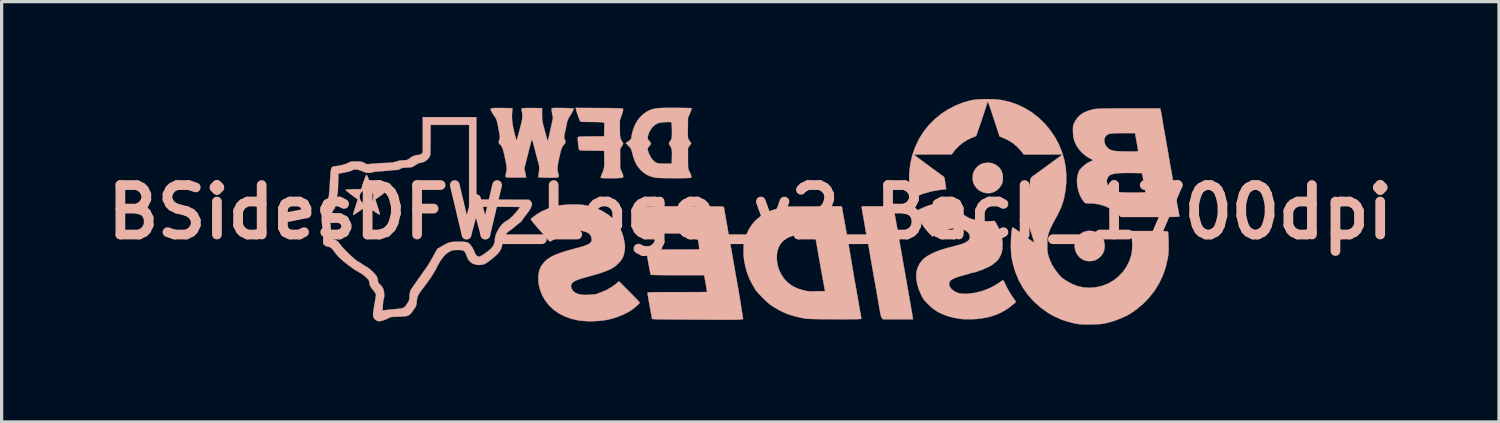
<source format=kicad_pcb>
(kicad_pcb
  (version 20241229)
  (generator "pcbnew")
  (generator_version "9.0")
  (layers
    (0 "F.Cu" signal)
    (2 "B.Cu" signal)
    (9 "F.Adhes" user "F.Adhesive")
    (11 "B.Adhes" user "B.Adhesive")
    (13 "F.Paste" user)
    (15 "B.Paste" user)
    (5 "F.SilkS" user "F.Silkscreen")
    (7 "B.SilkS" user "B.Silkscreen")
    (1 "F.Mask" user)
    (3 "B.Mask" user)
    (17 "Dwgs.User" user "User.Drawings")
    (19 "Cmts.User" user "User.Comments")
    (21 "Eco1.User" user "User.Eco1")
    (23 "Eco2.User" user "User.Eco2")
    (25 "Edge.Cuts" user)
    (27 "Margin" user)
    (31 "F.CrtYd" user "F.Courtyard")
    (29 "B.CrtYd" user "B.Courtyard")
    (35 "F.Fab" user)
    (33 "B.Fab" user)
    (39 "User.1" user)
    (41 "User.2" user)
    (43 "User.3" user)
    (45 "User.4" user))
  (footprint "BSidesDFW_Logo_v2_Back_1700dpi"
    (layer "F.Cu")
    (at 20.073 3.488)
    (property "Reference" "BSidesDFW_Logo_v2_Back_1700dpi" (at 0 0 0) (layer "B.SilkS") (effects (font (size 1.524 1.524) (thickness 0.3))))
    (attr through_hole)
    (fp_poly (pts (xy 10.57 0.586) (xy 10.664 0.618) (xy 10.748 0.674) (xy 10.801 0.726) (xy 10.863 0.806) (xy 10.901 0.891) (xy 10.919 0.988) (xy 10.922 1.054) (xy 10.908 1.17) (xy 10.867 1.274) (xy 10.801 1.364) (xy 10.711 1.438) (xy 10.647 1.474) (xy 10.554 1.502) (xy 10.451 1.511) (xy 10.348 1.499) (xy 10.269 1.472) (xy 10.17 1.411) (xy 10.09 1.328) (xy 10.034 1.23) (xy 10.002 1.119) (xy 9.996 1.041) (xy 10.007 0.928) (xy 10.041 0.831) (xy 10.101 0.743) (xy 10.11 0.733) (xy 10.197 0.654) (xy 10.294 0.603) (xy 10.402 0.578) (xy 10.459 0.576) (xy 10.57 0.586)) (stroke (width 0.01) (type solid)) (fill yes) (layer "B.SilkS"))
    (fp_poly (pts (xy 7.444 -1.51) (xy 7.551 -1.469) (xy 7.644 -1.401) (xy 7.676 -1.368) (xy 7.731 -1.292) (xy 7.765 -1.208) (xy 7.782 -1.11) (xy 7.784 -1.046) (xy 7.782 -0.979) (xy 7.775 -0.928) (xy 7.758 -0.88) (xy 7.738 -0.838) (xy 7.675 -0.744) (xy 7.594 -0.67) (xy 7.499 -0.617) (xy 7.394 -0.588) (xy 7.285 -0.585) (xy 7.194 -0.604) (xy 7.082 -0.652) (xy 6.991 -0.721) (xy 6.919 -0.812) (xy 6.891 -0.866) (xy 6.869 -0.921) (xy 6.857 -0.974) (xy 6.854 -1.039) (xy 6.854 -1.061) (xy 6.858 -1.141) (xy 6.87 -1.205) (xy 6.894 -1.263) (xy 6.934 -1.328) (xy 6.937 -1.331) (xy 7.011 -1.417) (xy 7.1 -1.477) (xy 7.205 -1.512) (xy 7.327 -1.524) (xy 7.444 -1.51)) (stroke (width 0.01) (type solid)) (fill yes) (layer "B.SilkS"))
    (fp_poly (pts (xy 4.421 -0.101) (xy 4.427 -0.07) (xy 4.437 -0.012) (xy 4.451 0.067) (xy 4.469 0.166) (xy 4.489 0.28) (xy 4.511 0.406) (xy 4.535 0.541) (xy 4.549 0.62) (xy 4.575 0.773) (xy 4.606 0.949) (xy 4.64 1.141) (xy 4.675 1.342) (xy 4.71 1.545) (xy 4.745 1.744) (xy 4.778 1.931) (xy 4.795 2.032) (xy 4.828 2.218) (xy 4.856 2.378) (xy 4.88 2.513) (xy 4.9 2.627) (xy 4.916 2.722) (xy 4.93 2.8) (xy 4.941 2.864) (xy 4.95 2.917) (xy 4.958 2.961) (xy 4.965 2.999) (xy 4.97 3.033) (xy 4.976 3.066) (xy 4.982 3.101) (xy 4.989 3.14) (xy 4.989 3.141) (xy 5.016 3.302) (xy 4.092 3.302) (xy 4.059 3.266) (xy 4.046 3.248) (xy 4.034 3.22) (xy 4.022 3.18) (xy 4.009 3.122) (xy 3.994 3.043) (xy 3.977 2.948) (xy 3.958 2.836) (xy 3.937 2.712) (xy 3.915 2.588) (xy 3.895 2.474) (xy 3.886 2.42) (xy 3.849 2.214) (xy 3.811 1.999) (xy 3.773 1.781) (xy 3.736 1.569) (xy 3.701 1.367) (xy 3.669 1.182) (xy 3.644 1.038) (xy 3.626 0.937) (xy 3.609 0.843) (xy 3.594 0.76) (xy 3.582 0.695) (xy 3.573 0.651) (xy 3.57 0.639) (xy 3.559 0.592) (xy 3.548 0.532) (xy 3.542 0.489) (xy 3.534 0.442) (xy 3.523 0.373) (xy 3.508 0.29) (xy 3.492 0.2) (xy 3.483 0.149) (xy 3.467 0.064) (xy 3.454 -0.013) (xy 3.444 -0.077) (xy 3.438 -0.122) (xy 3.437 -0.138) (xy 3.436 -0.179) (xy 3.921 -0.179) (xy 4.406 -0.179) (xy 4.421 -0.101)) (stroke (width 0.01) (type solid)) (fill yes) (layer "B.SilkS"))
    (fp_poly (pts (xy -11.813 -1.136) (xy -11.793 -1.094) (xy -11.766 -1.026) (xy -11.734 -0.932) (xy -11.734 -0.93) (xy -11.662 -0.71) (xy -11.426 -0.706) (xy -11.336 -0.704) (xy -11.271 -0.701) (xy -11.229 -0.697) (xy -11.204 -0.692) (xy -11.193 -0.685) (xy -11.191 -0.679) (xy -11.202 -0.663) (xy -11.234 -0.633) (xy -11.281 -0.594) (xy -11.339 -0.548) (xy -11.403 -0.499) (xy -11.47 -0.451) (xy -11.522 -0.416) (xy -11.557 -0.392) (xy -11.486 -0.177) (xy -11.461 -0.101) (xy -11.44 -0.034) (xy -11.425 0.018) (xy -11.416 0.05) (xy -11.415 0.057) (xy -11.42 0.07) (xy -11.435 0.072) (xy -11.464 0.06) (xy -11.509 0.033) (xy -11.573 -0.011) (xy -11.64 -0.059) (xy -11.823 -0.193) (xy -11.914 -0.126) (xy -11.991 -0.071) (xy -12.064 -0.02) (xy -12.13 0.024) (xy -12.183 0.059) (xy -12.221 0.082) (xy -12.238 0.09) (xy -12.241 0.077) (xy -12.236 0.045) (xy -12.231 0.026) (xy -12.218 -0.013) (xy -12.2 -0.073) (xy -12.177 -0.144) (xy -12.154 -0.216) (xy -12.098 -0.394) (xy -12.13 -0.415) (xy -12.176 -0.447) (xy -12.231 -0.487) (xy -12.253 -0.504) (xy -12.039 -0.504) (xy -12.037 -0.436) (xy -12.018 -0.371) (xy -11.984 -0.321) (xy -11.978 -0.316) (xy -11.91 -0.278) (xy -11.832 -0.264) (xy -11.751 -0.275) (xy -11.715 -0.289) (xy -11.661 -0.33) (xy -11.629 -0.39) (xy -11.617 -0.471) (xy -11.617 -0.478) (xy -11.619 -0.531) (xy -11.627 -0.566) (xy -11.647 -0.596) (xy -11.668 -0.619) (xy -11.734 -0.669) (xy -11.805 -0.691) (xy -11.876 -0.687) (xy -11.942 -0.657) (xy -11.999 -0.602) (xy -12.022 -0.565) (xy -12.039 -0.504) (xy -12.253 -0.504) (xy -12.29 -0.532) (xy -12.348 -0.577) (xy -12.4 -0.619) (xy -12.442 -0.653) (xy -12.467 -0.676) (xy -12.472 -0.683) (xy -12.467 -0.69) (xy -12.444 -0.696) (xy -12.4 -0.7) (xy -12.332 -0.703) (xy -12.237 -0.706) (xy -12.234 -0.706) (xy -11.99 -0.71) (xy -11.919 -0.93) (xy -11.887 -1.024) (xy -11.86 -1.093) (xy -11.84 -1.136) (xy -11.826 -1.15) (xy -11.826 -1.15) (xy -11.813 -1.136)) (stroke (width 0.01) (type solid)) (fill yes) (layer "B.SilkS"))
    (fp_poly (pts (xy -4.661 -3.209) (xy -4.495 -3.208) (xy -4.356 -3.207) (xy -4.242 -3.206) (xy -4.151 -3.204) (xy -4.079 -3.203) (xy -4.024 -3.2) (xy -3.985 -3.198) (xy -3.958 -3.194) (xy -3.94 -3.19) (xy -3.93 -3.185) (xy -3.924 -3.179) (xy -3.924 -3.179) (xy -3.919 -3.161) (xy -3.922 -3.13) (xy -3.934 -3.082) (xy -3.956 -3.013) (xy -3.964 -2.99) (xy -4.019 -2.827) (xy -4.019 -2.568) (xy -4.018 -2.467) (xy -4.016 -2.391) (xy -4.011 -2.332) (xy -4.002 -2.286) (xy -3.988 -2.245) (xy -3.968 -2.205) (xy -3.939 -2.158) (xy -3.934 -2.15) (xy -3.921 -2.127) (xy -3.919 -2.107) (xy -3.929 -2.082) (xy -3.953 -2.042) (xy -3.96 -2.03) (xy -4.012 -1.95) (xy -4.011 -1.352) (xy -3.963 -1.245) (xy -3.934 -1.176) (xy -3.919 -1.127) (xy -3.917 -1.093) (xy -3.927 -1.07) (xy -3.933 -1.064) (xy -3.952 -1.058) (xy -3.996 -1.054) (xy -4.059 -1.05) (xy -4.136 -1.047) (xy -4.221 -1.046) (xy -4.308 -1.045) (xy -4.394 -1.046) (xy -4.472 -1.047) (xy -4.537 -1.05) (xy -4.584 -1.054) (xy -4.608 -1.059) (xy -4.609 -1.061) (xy -4.608 -1.08) (xy -4.596 -1.119) (xy -4.577 -1.17) (xy -4.574 -1.176) (xy -4.546 -1.243) (xy -4.526 -1.299) (xy -4.512 -1.352) (xy -4.503 -1.409) (xy -4.5 -1.476) (xy -4.499 -1.56) (xy -4.5 -1.644) (xy -4.505 -1.89) (xy -4.88 -1.894) (xy -5.004 -1.896) (xy -5.101 -1.898) (xy -5.173 -1.901) (xy -5.224 -1.905) (xy -5.256 -1.91) (xy -5.271 -1.916) (xy -5.272 -1.917) (xy -5.28 -1.94) (xy -5.289 -1.984) (xy -5.297 -2.044) (xy -5.305 -2.112) (xy -5.312 -2.179) (xy -5.316 -2.239) (xy -5.317 -2.285) (xy -5.314 -2.307) (xy -5.308 -2.314) (xy -5.294 -2.32) (xy -5.269 -2.324) (xy -5.229 -2.327) (xy -5.171 -2.33) (xy -5.092 -2.332) (xy -4.989 -2.333) (xy -4.905 -2.334) (xy -4.505 -2.338) (xy -4.501 -2.544) (xy -4.496 -2.75) (xy -4.535 -2.764) (xy -4.561 -2.769) (xy -4.612 -2.773) (xy -4.683 -2.776) (xy -4.769 -2.778) (xy -4.864 -2.779) (xy -4.9 -2.779) (xy -5.015 -2.78) (xy -5.104 -2.781) (xy -5.168 -2.784) (xy -5.21 -2.788) (xy -5.234 -2.794) (xy -5.24 -2.798) (xy -5.252 -2.821) (xy -5.27 -2.865) (xy -5.292 -2.923) (xy -5.316 -2.988) (xy -5.338 -3.053) (xy -5.357 -3.111) (xy -5.369 -3.154) (xy -5.371 -3.164) (xy -5.381 -3.213) (xy -4.661 -3.209)) (stroke (width 0.01) (type solid)) (fill yes) (layer "B.SilkS"))
    (fp_poly (pts (xy -2.317 -3.214) (xy -2.198 -3.213) (xy -2.088 -3.212) (xy -1.991 -3.21) (xy -1.911 -3.209) (xy -1.851 -3.207) (xy -1.815 -3.205) (xy -1.806 -3.204) (xy -1.807 -3.188) (xy -1.818 -3.151) (xy -1.838 -3.099) (xy -1.857 -3.051) (xy -1.92 -2.906) (xy -1.924 -2.592) (xy -1.926 -2.488) (xy -1.926 -2.409) (xy -1.925 -2.35) (xy -1.922 -2.306) (xy -1.914 -2.273) (xy -1.903 -2.244) (xy -1.886 -2.216) (xy -1.863 -2.184) (xy -1.847 -2.16) (xy -1.819 -2.12) (xy -1.869 -2.05) (xy -1.92 -1.98) (xy -1.92 -1.658) (xy -1.92 -1.552) (xy -1.919 -1.472) (xy -1.918 -1.412) (xy -1.915 -1.367) (xy -1.91 -1.335) (xy -1.903 -1.309) (xy -1.893 -1.285) (xy -1.881 -1.262) (xy -1.84 -1.177) (xy -1.819 -1.114) (xy -1.815 -1.074) (xy -1.825 -1.059) (xy -1.844 -1.056) (xy -1.89 -1.054) (xy -1.958 -1.051) (xy -2.045 -1.049) (xy -2.148 -1.048) (xy -2.262 -1.047) (xy -2.353 -1.047) (xy -2.504 -1.048) (xy -2.629 -1.049) (xy -2.73 -1.051) (xy -2.811 -1.054) (xy -2.874 -1.058) (xy -2.924 -1.064) (xy -2.963 -1.07) (xy -2.966 -1.071) (xy -3.101 -1.11) (xy -3.218 -1.168) (xy -3.326 -1.249) (xy -3.371 -1.292) (xy -3.447 -1.379) (xy -3.509 -1.471) (xy -3.56 -1.575) (xy -3.604 -1.699) (xy -3.629 -1.791) (xy -3.648 -1.864) (xy -3.664 -1.916) (xy -3.68 -1.954) (xy -3.7 -1.985) (xy -3.729 -2.017) (xy -3.756 -2.045) (xy -3.839 -2.129) (xy -3.772 -2.172) (xy -3.71 -2.218) (xy -3.674 -2.263) (xy -3.668 -2.283) (xy -3.165 -2.283) (xy -3.158 -2.253) (xy -3.136 -2.222) (xy -3.117 -2.2) (xy -3.086 -2.162) (xy -3.067 -2.128) (xy -3.063 -2.114) (xy -3.072 -2.089) (xy -3.097 -2.052) (xy -3.117 -2.029) (xy -3.148 -1.991) (xy -3.162 -1.962) (xy -3.163 -1.931) (xy -3.16 -1.915) (xy -3.139 -1.842) (xy -3.102 -1.759) (xy -3.058 -1.68) (xy -3.011 -1.616) (xy -3.01 -1.615) (xy -2.968 -1.571) (xy -2.929 -1.54) (xy -2.887 -1.518) (xy -2.836 -1.505) (xy -2.77 -1.498) (xy -2.682 -1.495) (xy -2.633 -1.495) (xy -2.42 -1.494) (xy -2.418 -1.61) (xy -2.416 -1.68) (xy -2.415 -1.752) (xy -2.413 -1.808) (xy -2.417 -1.903) (xy -2.435 -1.978) (xy -2.469 -2.041) (xy -2.472 -2.047) (xy -2.501 -2.091) (xy -2.507 -2.125) (xy -2.493 -2.158) (xy -2.473 -2.183) (xy -2.444 -2.227) (xy -2.424 -2.273) (xy -2.424 -2.275) (xy -2.419 -2.309) (xy -2.416 -2.363) (xy -2.414 -2.431) (xy -2.415 -2.506) (xy -2.416 -2.582) (xy -2.419 -2.652) (xy -2.423 -2.711) (xy -2.428 -2.752) (xy -2.434 -2.768) (xy -2.456 -2.775) (xy -2.501 -2.778) (xy -2.562 -2.777) (xy -2.631 -2.774) (xy -2.702 -2.767) (xy -2.768 -2.759) (xy -2.82 -2.748) (xy -2.842 -2.742) (xy -2.934 -2.693) (xy -3.016 -2.619) (xy -3.084 -2.521) (xy -3.1 -2.49) (xy -3.127 -2.43) (xy -3.148 -2.371) (xy -3.161 -2.325) (xy -3.161 -2.321) (xy -3.165 -2.283) (xy -3.668 -2.283) (xy -3.661 -2.31) (xy -3.661 -2.317) (xy -3.654 -2.373) (xy -3.638 -2.447) (xy -3.613 -2.532) (xy -3.582 -2.619) (xy -3.548 -2.7) (xy -3.539 -2.719) (xy -3.473 -2.831) (xy -3.387 -2.936) (xy -3.29 -3.027) (xy -3.187 -3.099) (xy -3.152 -3.118) (xy -3.097 -3.143) (xy -3.045 -3.163) (xy -2.991 -3.18) (xy -2.932 -3.192) (xy -2.864 -3.202) (xy -2.783 -3.208) (xy -2.686 -3.212) (xy -2.57 -3.214) (xy -2.429 -3.214) (xy -2.317 -3.214)) (stroke (width 0.01) (type solid)) (fill yes) (layer "B.SilkS"))
    (fp_poly (pts (xy -5.292 -0.235) (xy -5.175 -0.227) (xy -5.117 -0.219) (xy -4.916 -0.176) (xy -4.725 -0.111) (xy -4.548 -0.028) (xy -4.387 0.073) (xy -4.247 0.188) (xy -4.132 0.317) (xy -4.132 0.317) (xy -4.033 0.465) (xy -3.958 0.621) (xy -3.905 0.79) (xy -3.878 0.933) (xy -3.867 1.009) (xy -3.863 1.067) (xy -3.864 1.118) (xy -3.87 1.173) (xy -3.876 1.208) (xy -3.891 1.278) (xy -3.911 1.348) (xy -3.932 1.405) (xy -3.934 1.408) (xy -3.97 1.467) (xy -4.024 1.535) (xy -4.09 1.603) (xy -4.16 1.665) (xy -4.205 1.698) (xy -4.281 1.743) (xy -4.381 1.789) (xy -4.505 1.837) (xy -4.654 1.888) (xy -4.831 1.941) (xy -5.035 1.998) (xy -5.05 2.002) (xy -5.184 2.04) (xy -5.292 2.075) (xy -5.375 2.108) (xy -5.436 2.14) (xy -5.478 2.174) (xy -5.498 2.199) (xy -5.521 2.246) (xy -5.526 2.289) (xy -5.513 2.339) (xy -5.499 2.372) (xy -5.453 2.438) (xy -5.382 2.49) (xy -5.289 2.526) (xy -5.177 2.547) (xy -5.046 2.551) (xy -4.983 2.547) (xy -4.915 2.542) (xy -4.853 2.537) (xy -4.806 2.534) (xy -4.795 2.533) (xy -4.753 2.528) (xy -4.723 2.518) (xy -4.721 2.517) (xy -4.698 2.507) (xy -4.654 2.49) (xy -4.6 2.47) (xy -4.586 2.465) (xy -4.425 2.397) (xy -4.268 2.304) (xy -4.159 2.224) (xy -4.045 2.133) (xy -3.726 2.452) (xy -3.646 2.533) (xy -3.573 2.607) (xy -3.511 2.672) (xy -3.46 2.725) (xy -3.425 2.764) (xy -3.408 2.786) (xy -3.407 2.789) (xy -3.418 2.809) (xy -3.449 2.842) (xy -3.495 2.885) (xy -3.551 2.932) (xy -3.613 2.981) (xy -3.656 3.013) (xy -3.782 3.092) (xy -3.932 3.165) (xy -4.098 3.23) (xy -4.276 3.286) (xy -4.4 3.316) (xy -4.531 3.338) (xy -4.681 3.353) (xy -4.842 3.36) (xy -5.004 3.36) (xy -5.158 3.352) (xy -5.294 3.336) (xy -5.312 3.333) (xy -5.529 3.282) (xy -5.728 3.209) (xy -5.909 3.115) (xy -6.069 3.001) (xy -6.209 2.867) (xy -6.326 2.715) (xy -6.418 2.55) (xy -6.477 2.397) (xy -6.516 2.243) (xy -6.534 2.092) (xy -6.531 1.948) (xy -6.507 1.815) (xy -6.462 1.697) (xy -6.435 1.649) (xy -6.379 1.573) (xy -6.314 1.504) (xy -6.238 1.441) (xy -6.148 1.383) (xy -6.042 1.329) (xy -5.916 1.277) (xy -5.768 1.225) (xy -5.596 1.174) (xy -5.398 1.12) (xy -5.258 1.083) (xy -5.145 1.049) (xy -5.056 1.018) (xy -4.989 0.987) (xy -4.941 0.956) (xy -4.91 0.923) (xy -4.893 0.886) (xy -4.888 0.843) (xy -4.89 0.817) (xy -4.91 0.739) (xy -4.953 0.676) (xy -5.022 0.628) (xy -5.116 0.593) (xy -5.173 0.581) (xy -5.226 0.573) (xy -5.275 0.571) (xy -5.328 0.574) (xy -5.397 0.583) (xy -5.433 0.589) (xy -5.611 0.627) (xy -5.775 0.683) (xy -5.933 0.76) (xy -6.085 0.857) (xy -6.125 0.884) (xy -6.152 0.9) (xy -6.175 0.902) (xy -6.197 0.888) (xy -6.227 0.857) (xy -6.271 0.806) (xy -6.278 0.798) (xy -6.307 0.764) (xy -6.353 0.712) (xy -6.41 0.647) (xy -6.474 0.573) (xy -6.542 0.496) (xy -6.557 0.48) (xy -6.619 0.408) (xy -6.674 0.342) (xy -6.718 0.287) (xy -6.749 0.246) (xy -6.763 0.222) (xy -6.764 0.218) (xy -6.746 0.196) (xy -6.708 0.163) (xy -6.655 0.123) (xy -6.594 0.079) (xy -6.528 0.036) (xy -6.465 -0.003) (xy -6.418 -0.029) (xy -6.237 -0.108) (xy -6.035 -0.171) (xy -5.928 -0.196) (xy -5.824 -0.214) (xy -5.7 -0.227) (xy -5.564 -0.234) (xy -5.425 -0.237) (xy -5.292 -0.235)) (stroke (width 0.01) (type solid)) (fill yes) (layer "B.SilkS"))
    (fp_poly (pts (xy 2.846 -0.035) (xy 2.859 0.041) (xy 2.875 0.133) (xy 2.893 0.23) (xy 2.907 0.306) (xy 2.925 0.405) (xy 2.944 0.512) (xy 2.966 0.632) (xy 2.989 0.767) (xy 3.015 0.918) (xy 3.044 1.089) (xy 3.077 1.282) (xy 3.114 1.5) (xy 3.153 1.733) (xy 3.172 1.846) (xy 3.19 1.949) (xy 3.205 2.041) (xy 3.218 2.115) (xy 3.228 2.17) (xy 3.233 2.2) (xy 3.234 2.204) (xy 3.239 2.226) (xy 3.247 2.274) (xy 3.259 2.342) (xy 3.274 2.427) (xy 3.29 2.523) (xy 3.302 2.592) (xy 3.321 2.703) (xy 3.341 2.814) (xy 3.359 2.918) (xy 3.375 3.009) (xy 3.388 3.081) (xy 3.392 3.105) (xy 3.405 3.171) (xy 3.414 3.227) (xy 3.42 3.267) (xy 3.422 3.28) (xy 3.418 3.285) (xy 3.407 3.289) (xy 3.386 3.292) (xy 3.352 3.295) (xy 3.304 3.297) (xy 3.238 3.299) (xy 3.154 3.3) (xy 3.048 3.3) (xy 2.919 3.301) (xy 2.763 3.301) (xy 2.618 3.3) (xy 2.42 3.3) (xy 2.248 3.299) (xy 2.103 3.297) (xy 1.982 3.295) (xy 1.883 3.292) (xy 1.804 3.289) (xy 1.743 3.285) (xy 1.698 3.28) (xy 1.688 3.279) (xy 1.583 3.259) (xy 1.467 3.233) (xy 1.35 3.203) (xy 1.24 3.171) (xy 1.146 3.139) (xy 1.101 3.122) (xy 0.992 3.072) (xy 0.88 3.015) (xy 0.772 2.954) (xy 0.677 2.895) (xy 0.601 2.841) (xy 0.598 2.838) (xy 0.545 2.793) (xy 0.482 2.736) (xy 0.415 2.672) (xy 0.348 2.605) (xy 0.284 2.539) (xy 0.228 2.478) (xy 0.185 2.428) (xy 0.159 2.393) (xy 0.155 2.386) (xy 0.136 2.351) (xy 0.106 2.299) (xy 0.072 2.242) (xy 0.065 2.23) (xy -0.019 2.069) (xy -0.092 1.886) (xy -0.149 1.69) (xy -0.189 1.489) (xy -0.193 1.459) (xy -0.195 1.441) (xy 0.815 1.441) (xy 0.835 1.603) (xy 0.879 1.759) (xy 0.947 1.906) (xy 1.035 2.041) (xy 1.142 2.158) (xy 1.267 2.255) (xy 1.337 2.296) (xy 1.448 2.347) (xy 1.568 2.388) (xy 1.687 2.42) (xy 1.8 2.439) (xy 1.897 2.444) (xy 1.92 2.442) (xy 1.968 2.44) (xy 2.035 2.437) (xy 2.11 2.436) (xy 2.15 2.436) (xy 2.305 2.435) (xy 2.295 2.387) (xy 2.29 2.361) (xy 2.28 2.309) (xy 2.267 2.237) (xy 2.251 2.149) (xy 2.233 2.048) (xy 2.213 1.94) (xy 2.193 1.828) (xy 2.173 1.718) (xy 2.154 1.613) (xy 2.137 1.517) (xy 2.122 1.436) (xy 2.111 1.372) (xy 2.104 1.332) (xy 2.102 1.322) (xy 2.089 1.247) (xy 2.075 1.162) (xy 2.059 1.072) (xy 2.043 0.981) (xy 2.028 0.896) (xy 2.014 0.821) (xy 2.003 0.762) (xy 1.995 0.723) (xy 1.992 0.711) (xy 1.988 0.701) (xy 1.979 0.694) (xy 1.96 0.69) (xy 1.929 0.687) (xy 1.881 0.687) (xy 1.811 0.689) (xy 1.716 0.692) (xy 1.705 0.692) (xy 1.573 0.698) (xy 1.466 0.706) (xy 1.377 0.717) (xy 1.302 0.733) (xy 1.235 0.755) (xy 1.17 0.782) (xy 1.149 0.793) (xy 1.038 0.865) (xy 0.948 0.957) (xy 0.88 1.068) (xy 0.836 1.198) (xy 0.822 1.278) (xy 0.815 1.441) (xy -0.195 1.441) (xy -0.201 1.386) (xy -0.206 1.301) (xy -0.208 1.212) (xy -0.208 1.128) (xy -0.205 1.054) (xy -0.2 0.999) (xy -0.195 0.98) (xy -0.185 0.942) (xy -0.172 0.887) (xy -0.158 0.826) (xy -0.158 0.824) (xy -0.112 0.674) (xy -0.041 0.525) (xy 0.05 0.384) (xy 0.156 0.261) (xy 0.299 0.138) (xy 0.464 0.035) (xy 0.652 -0.051) (xy 0.863 -0.119) (xy 0.908 -0.13) (xy 1.068 -0.17) (xy 1.945 -0.175) (xy 2.821 -0.181) (xy 2.846 -0.035)) (stroke (width 0.01) (type solid)) (fill yes) (layer "B.SilkS"))
    (fp_poly (pts (xy 6.234 -0.273) (xy 6.261 -0.24) (xy 6.275 -0.212) (xy 6.275 -0.208) (xy 6.287 -0.178) (xy 6.318 -0.136) (xy 6.365 -0.086) (xy 6.422 -0.032) (xy 6.486 0.02) (xy 6.55 0.066) (xy 6.642 0.125) (xy 6.717 0.168) (xy 6.78 0.197) (xy 6.837 0.216) (xy 6.879 0.225) (xy 6.93 0.233) (xy 6.998 0.245) (xy 7.07 0.258) (xy 7.09 0.262) (xy 7.205 0.278) (xy 7.323 0.282) (xy 7.378 0.28) (xy 7.532 0.272) (xy 7.567 0.327) (xy 7.657 0.493) (xy 7.723 0.665) (xy 7.763 0.838) (xy 7.776 1.009) (xy 7.763 1.174) (xy 7.754 1.222) (xy 7.719 1.324) (xy 7.662 1.426) (xy 7.632 1.467) (xy 7.595 1.507) (xy 7.543 1.554) (xy 7.484 1.601) (xy 7.426 1.643) (xy 7.378 1.672) (xy 7.366 1.678) (xy 7.333 1.691) (xy 7.285 1.713) (xy 7.232 1.737) (xy 7.162 1.767) (xy 7.086 1.796) (xy 7.01 1.823) (xy 6.941 1.846) (xy 6.885 1.861) (xy 6.849 1.868) (xy 6.848 1.868) (xy 6.808 1.874) (xy 6.787 1.882) (xy 6.762 1.892) (xy 6.715 1.906) (xy 6.655 1.923) (xy 6.608 1.935) (xy 6.458 1.976) (xy 6.337 2.016) (xy 6.245 2.058) (xy 6.181 2.1) (xy 6.144 2.143) (xy 6.142 2.148) (xy 6.126 2.215) (xy 6.14 2.282) (xy 6.184 2.35) (xy 6.218 2.385) (xy 6.307 2.451) (xy 6.412 2.494) (xy 6.535 2.517) (xy 6.678 2.518) (xy 6.685 2.517) (xy 6.892 2.492) (xy 7.099 2.444) (xy 7.3 2.375) (xy 7.489 2.287) (xy 7.659 2.183) (xy 7.707 2.148) (xy 7.751 2.117) (xy 7.784 2.101) (xy 7.799 2.101) (xy 7.81 2.119) (xy 7.83 2.159) (xy 7.857 2.213) (xy 7.884 2.271) (xy 7.922 2.348) (xy 7.972 2.436) (xy 8.026 2.526) (xy 8.073 2.597) (xy 8.19 2.766) (xy 8.119 2.828) (xy 7.941 2.969) (xy 7.751 3.084) (xy 7.547 3.173) (xy 7.328 3.239) (xy 7.091 3.281) (xy 7.049 3.286) (xy 6.981 3.292) (xy 6.897 3.296) (xy 6.804 3.299) (xy 6.711 3.3) (xy 6.625 3.299) (xy 6.553 3.297) (xy 6.502 3.293) (xy 6.499 3.292) (xy 6.363 3.27) (xy 6.249 3.247) (xy 6.15 3.223) (xy 6.061 3.195) (xy 6.026 3.183) (xy 5.89 3.129) (xy 5.774 3.071) (xy 5.671 3.004) (xy 5.571 2.923) (xy 5.489 2.846) (xy 5.426 2.782) (xy 5.379 2.73) (xy 5.342 2.684) (xy 5.311 2.634) (xy 5.279 2.575) (xy 5.261 2.54) (xy 5.193 2.379) (xy 5.145 2.218) (xy 5.118 2.062) (xy 5.114 1.915) (xy 5.125 1.82) (xy 5.161 1.701) (xy 5.22 1.585) (xy 5.298 1.482) (xy 5.338 1.441) (xy 5.436 1.366) (xy 5.56 1.294) (xy 5.708 1.225) (xy 5.876 1.162) (xy 6.062 1.105) (xy 6.201 1.07) (xy 6.359 1.03) (xy 6.489 0.992) (xy 6.592 0.953) (xy 6.67 0.913) (xy 6.724 0.87) (xy 6.756 0.825) (xy 6.768 0.774) (xy 6.76 0.718) (xy 6.748 0.681) (xy 6.709 0.624) (xy 6.642 0.572) (xy 6.546 0.526) (xy 6.54 0.523) (xy 6.494 0.507) (xy 6.453 0.498) (xy 6.406 0.494) (xy 6.343 0.495) (xy 6.308 0.497) (xy 6.226 0.503) (xy 6.16 0.514) (xy 6.094 0.533) (xy 6.029 0.557) (xy 5.888 0.615) (xy 5.776 0.666) (xy 5.689 0.711) (xy 5.674 0.72) (xy 5.618 0.753) (xy 5.564 0.701) (xy 5.472 0.605) (xy 5.376 0.488) (xy 5.282 0.359) (xy 5.196 0.227) (xy 5.124 0.1) (xy 5.102 0.057) (xy 5.089 0.024) (xy 5.089 -0.001) (xy 5.104 -0.022) (xy 5.137 -0.045) (xy 5.191 -0.074) (xy 5.267 -0.111) (xy 5.397 -0.168) (xy 5.526 -0.214) (xy 5.661 -0.249) (xy 5.809 -0.275) (xy 5.977 -0.294) (xy 6.021 -0.298) (xy 6.193 -0.312) (xy 6.234 -0.273)) (stroke (width 0.01) (type solid)) (fill yes) (layer "B.SilkS"))
    (fp_poly (pts (xy 12.652 -3.119) (xy 12.662 -3.068) (xy 12.675 -2.999) (xy 12.688 -2.925) (xy 12.692 -2.899) (xy 12.7 -2.849) (xy 12.712 -2.775) (xy 12.728 -2.681) (xy 12.747 -2.571) (xy 12.768 -2.452) (xy 12.79 -2.327) (xy 12.803 -2.256) (xy 12.824 -2.135) (xy 12.844 -2.021) (xy 12.863 -1.917) (xy 12.878 -1.829) (xy 12.89 -1.759) (xy 12.897 -1.713) (xy 12.9 -1.696) (xy 12.906 -1.656) (xy 12.916 -1.596) (xy 12.929 -1.525) (xy 12.937 -1.479) (xy 12.95 -1.41) (xy 12.966 -1.321) (xy 12.985 -1.219) (xy 13.003 -1.116) (xy 13.014 -1.053) (xy 13.031 -0.952) (xy 13.05 -0.847) (xy 13.067 -0.747) (xy 13.082 -0.661) (xy 13.09 -0.62) (xy 13.105 -0.535) (xy 13.121 -0.442) (xy 13.136 -0.357) (xy 13.143 -0.321) (xy 13.157 -0.242) (xy 13.174 -0.15) (xy 13.19 -0.062) (xy 13.195 -0.039) (xy 13.207 0.025) (xy 13.216 0.08) (xy 13.222 0.117) (xy 13.223 0.129) (xy 13.219 0.133) (xy 13.207 0.137) (xy 13.183 0.14) (xy 13.146 0.142) (xy 13.095 0.145) (xy 13.026 0.146) (xy 12.938 0.147) (xy 12.828 0.148) (xy 12.695 0.149) (xy 12.537 0.149) (xy 12.351 0.149) (xy 12.322 0.149) (xy 11.421 0.149) (xy 11.362 0.089) (xy 11.233 -0.023) (xy 11.084 -0.116) (xy 10.921 -0.189) (xy 10.748 -0.24) (xy 10.572 -0.266) (xy 10.489 -0.269) (xy 10.418 -0.269) (xy 10.37 -0.271) (xy 10.339 -0.276) (xy 10.318 -0.286) (xy 10.3 -0.301) (xy 10.292 -0.31) (xy 10.219 -0.405) (xy 10.16 -0.519) (xy 10.114 -0.646) (xy 10.083 -0.779) (xy 10.068 -0.913) (xy 10.069 -0.95) (xy 10.986 -0.95) (xy 10.996 -0.901) (xy 11.03 -0.809) (xy 11.082 -0.736) (xy 11.153 -0.681) (xy 11.247 -0.642) (xy 11.365 -0.618) (xy 11.423 -0.612) (xy 11.482 -0.608) (xy 11.557 -0.605) (xy 11.643 -0.603) (xy 11.736 -0.602) (xy 11.831 -0.602) (xy 11.923 -0.603) (xy 12.007 -0.604) (xy 12.08 -0.606) (xy 12.135 -0.609) (xy 12.169 -0.613) (xy 12.177 -0.616) (xy 12.174 -0.638) (xy 12.168 -0.682) (xy 12.157 -0.744) (xy 12.145 -0.817) (xy 12.131 -0.894) (xy 12.117 -0.97) (xy 12.104 -1.039) (xy 12.093 -1.094) (xy 12.093 -1.098) (xy 12.071 -1.203) (xy 11.754 -1.207) (xy 11.586 -1.208) (xy 11.445 -1.205) (xy 11.329 -1.199) (xy 11.235 -1.188) (xy 11.16 -1.171) (xy 11.102 -1.149) (xy 11.059 -1.121) (xy 11.027 -1.086) (xy 11.005 -1.043) (xy 11.004 -1.039) (xy 10.988 -0.991) (xy 10.986 -0.95) (xy 10.069 -0.95) (xy 10.07 -1.041) (xy 10.092 -1.157) (xy 10.113 -1.216) (xy 10.129 -1.255) (xy 10.137 -1.28) (xy 10.137 -1.285) (xy 10.144 -1.295) (xy 10.168 -1.321) (xy 10.204 -1.36) (xy 10.231 -1.387) (xy 10.307 -1.457) (xy 10.382 -1.51) (xy 10.449 -1.546) (xy 10.567 -1.602) (xy 10.45 -1.664) (xy 10.343 -1.732) (xy 10.24 -1.817) (xy 10.148 -1.914) (xy 10.075 -2.015) (xy 10.052 -2.054) (xy 10.004 -2.158) (xy 9.983 -2.218) (xy 10.909 -2.218) (xy 10.917 -2.144) (xy 10.945 -2.071) (xy 10.991 -2.004) (xy 11.053 -1.949) (xy 11.101 -1.922) (xy 11.141 -1.907) (xy 11.188 -1.895) (xy 11.245 -1.886) (xy 11.317 -1.879) (xy 11.406 -1.874) (xy 11.518 -1.871) (xy 11.656 -1.87) (xy 11.658 -1.87) (xy 11.768 -1.87) (xy 11.85 -1.871) (xy 11.907 -1.873) (xy 11.94 -1.878) (xy 11.953 -1.884) (xy 11.953 -1.885) (xy 11.95 -1.904) (xy 11.943 -1.948) (xy 11.933 -2.012) (xy 11.92 -2.09) (xy 11.906 -2.169) (xy 11.858 -2.435) (xy 11.497 -2.435) (xy 11.366 -2.435) (xy 11.261 -2.433) (xy 11.178 -2.428) (xy 11.113 -2.421) (xy 11.064 -2.411) (xy 11.025 -2.396) (xy 10.994 -2.377) (xy 10.966 -2.353) (xy 10.96 -2.347) (xy 10.923 -2.288) (xy 10.909 -2.218) (xy 9.983 -2.218) (xy 9.971 -2.253) (xy 9.953 -2.351) (xy 9.945 -2.463) (xy 9.944 -2.503) (xy 9.944 -2.577) (xy 9.946 -2.629) (xy 9.953 -2.669) (xy 9.964 -2.707) (xy 9.984 -2.75) (xy 10 -2.783) (xy 10.071 -2.896) (xy 10.163 -2.991) (xy 10.277 -3.068) (xy 10.414 -3.127) (xy 10.575 -3.169) (xy 10.606 -3.175) (xy 10.638 -3.18) (xy 10.677 -3.184) (xy 10.726 -3.187) (xy 10.787 -3.19) (xy 10.863 -3.192) (xy 10.955 -3.194) (xy 11.067 -3.196) (xy 11.199 -3.196) (xy 11.356 -3.197) (xy 11.538 -3.197) (xy 11.683 -3.197) (xy 12.633 -3.197) (xy 12.652 -3.119)) (stroke (width 0.01) (type solid)) (fill yes) (layer "B.SilkS"))
    (fp_poly (pts (xy -1.976 -0.179) (xy -1.769 -0.179) (xy -1.588 -0.179) (xy -1.432 -0.179) (xy -1.298 -0.178) (xy -1.185 -0.177) (xy -1.092 -0.176) (xy -1.016 -0.175) (xy -0.955 -0.174) (xy -0.908 -0.172) (xy -0.873 -0.17) (xy -0.848 -0.167) (xy -0.832 -0.164) (xy -0.822 -0.16) (xy -0.817 -0.156) (xy -0.816 -0.153) (xy -0.81 -0.129) (xy -0.801 -0.081) (xy -0.79 -0.019) (xy -0.779 0.045) (xy -0.773 0.082) (xy -0.765 0.126) (xy -0.756 0.18) (xy -0.744 0.246) (xy -0.731 0.325) (xy -0.714 0.419) (xy -0.695 0.53) (xy -0.672 0.659) (xy -0.646 0.809) (xy -0.615 0.98) (xy -0.581 1.176) (xy -0.542 1.397) (xy -0.498 1.646) (xy -0.493 1.673) (xy -0.481 1.746) (xy -0.469 1.814) (xy -0.461 1.867) (xy -0.458 1.89) (xy -0.451 1.934) (xy -0.444 1.968) (xy -0.443 1.972) (xy -0.438 1.992) (xy -0.43 2.038) (xy -0.417 2.105) (xy -0.403 2.189) (xy -0.386 2.287) (xy -0.367 2.394) (xy -0.348 2.508) (xy -0.329 2.622) (xy -0.31 2.735) (xy -0.293 2.84) (xy -0.278 2.936) (xy -0.277 2.943) (xy -0.266 3.013) (xy -0.256 3.074) (xy -0.248 3.12) (xy -0.245 3.138) (xy -0.238 3.177) (xy -0.23 3.227) (xy -0.229 3.237) (xy -0.221 3.298) (xy -0.307 3.309) (xy -0.328 3.311) (xy -0.362 3.312) (xy -0.409 3.313) (xy -0.47 3.314) (xy -0.548 3.315) (xy -0.642 3.315) (xy -0.755 3.316) (xy -0.888 3.315) (xy -1.042 3.315) (xy -1.218 3.314) (xy -1.418 3.313) (xy -1.642 3.312) (xy -1.892 3.31) (xy -2.17 3.308) (xy -2.476 3.306) (xy -2.514 3.306) (xy -2.652 3.304) (xy -2.764 3.303) (xy -2.852 3.302) (xy -2.918 3.3) (xy -2.966 3.297) (xy -2.999 3.294) (xy -3.019 3.29) (xy -3.03 3.285) (xy -3.034 3.279) (xy -3.034 3.276) (xy -3.036 3.253) (xy -3.04 3.225) (xy -3.046 3.186) (xy -3.057 3.128) (xy -3.068 3.07) (xy -3.079 3.008) (xy -3.09 2.951) (xy -3.097 2.911) (xy -3.098 2.906) (xy -3.103 2.874) (xy -3.113 2.819) (xy -3.125 2.752) (xy -3.136 2.689) (xy -3.148 2.619) (xy -3.159 2.558) (xy -3.165 2.513) (xy -3.167 2.492) (xy -3.166 2.486) (xy -3.16 2.482) (xy -3.148 2.478) (xy -3.128 2.475) (xy -3.096 2.472) (xy -3.052 2.47) (xy -2.992 2.468) (xy -2.915 2.467) (xy -2.819 2.466) (xy -2.7 2.466) (xy -2.558 2.466) (xy -2.39 2.466) (xy -2.254 2.466) (xy -2.092 2.466) (xy -1.938 2.465) (xy -1.797 2.465) (xy -1.669 2.465) (xy -1.558 2.464) (xy -1.467 2.463) (xy -1.398 2.462) (xy -1.353 2.462) (xy -1.335 2.461) (xy -1.335 2.461) (xy -1.335 2.445) (xy -1.341 2.405) (xy -1.349 2.347) (xy -1.361 2.276) (xy -1.375 2.198) (xy -1.389 2.117) (xy -1.404 2.041) (xy -1.406 2.028) (xy -1.423 1.942) (xy -2.242 1.942) (xy -2.429 1.942) (xy -2.594 1.941) (xy -2.737 1.94) (xy -2.856 1.938) (xy -2.951 1.936) (xy -3.018 1.934) (xy -3.059 1.931) (xy -3.07 1.928) (xy -3.075 1.91) (xy -3.084 1.866) (xy -3.097 1.802) (xy -3.113 1.72) (xy -3.131 1.626) (xy -3.145 1.544) (xy -3.167 1.423) (xy -3.182 1.33) (xy -3.193 1.26) (xy -3.198 1.211) (xy -3.199 1.18) (xy -3.195 1.165) (xy -3.193 1.163) (xy -3.175 1.161) (xy -3.13 1.158) (xy -3.061 1.157) (xy -2.97 1.155) (xy -2.861 1.154) (xy -2.736 1.153) (xy -2.598 1.152) (xy -2.449 1.152) (xy -2.378 1.152) (xy -2.226 1.152) (xy -2.084 1.151) (xy -1.953 1.151) (xy -1.837 1.15) (xy -1.739 1.149) (xy -1.661 1.148) (xy -1.606 1.146) (xy -1.576 1.145) (xy -1.572 1.144) (xy -1.572 1.127) (xy -1.576 1.087) (xy -1.583 1.031) (xy -1.593 0.963) (xy -1.605 0.892) (xy -1.617 0.822) (xy -1.628 0.761) (xy -1.638 0.715) (xy -1.645 0.691) (xy -1.658 0.658) (xy -2.566 0.654) (xy -3.473 0.65) (xy -3.493 0.545) (xy -3.518 0.403) (xy -3.542 0.27) (xy -3.562 0.15) (xy -3.58 0.045) (xy -3.593 -0.042) (xy -3.603 -0.109) (xy -3.607 -0.151) (xy -3.607 -0.166) (xy -3.591 -0.168) (xy -3.548 -0.17) (xy -3.478 -0.172) (xy -3.385 -0.173) (xy -3.269 -0.175) (xy -3.134 -0.176) (xy -2.981 -0.177) (xy -2.813 -0.178) (xy -2.63 -0.179) (xy -2.436 -0.179) (xy -2.231 -0.179) (xy -2.211 -0.179) (xy -1.976 -0.179)) (stroke (width 0.01) (type solid)) (fill yes) (layer "B.SilkS"))
    (fp_poly (pts (xy -5.928 -3.211) (xy -5.831 -3.21) (xy -5.784 -3.21) (xy -5.687 -3.208) (xy -5.602 -3.205) (xy -5.53 -3.202) (xy -5.478 -3.199) (xy -5.449 -3.196) (xy -5.446 -3.194) (xy -5.445 -3.175) (xy -5.459 -3.137) (xy -5.484 -3.086) (xy -5.517 -3.028) (xy -5.552 -2.974) (xy -5.593 -2.908) (xy -5.624 -2.844) (xy -5.647 -2.773) (xy -5.666 -2.684) (xy -5.67 -2.662) (xy -5.684 -2.59) (xy -5.699 -2.518) (xy -5.713 -2.459) (xy -5.715 -2.45) (xy -5.733 -2.359) (xy -5.735 -2.287) (xy -5.718 -2.237) (xy -5.715 -2.233) (xy -5.695 -2.183) (xy -5.702 -2.132) (xy -5.731 -2.091) (xy -5.76 -2.061) (xy -5.784 -2.027) (xy -5.805 -1.985) (xy -5.825 -1.931) (xy -5.846 -1.859) (xy -5.868 -1.766) (xy -5.886 -1.688) (xy -5.91 -1.577) (xy -5.927 -1.489) (xy -5.938 -1.421) (xy -5.943 -1.365) (xy -5.943 -1.318) (xy -5.938 -1.274) (xy -5.928 -1.227) (xy -5.922 -1.204) (xy -5.908 -1.153) (xy -5.902 -1.116) (xy -5.907 -1.09) (xy -5.925 -1.074) (xy -5.962 -1.065) (xy -6.019 -1.062) (xy -6.101 -1.061) (xy -6.152 -1.061) (xy -6.239 -1.062) (xy -6.323 -1.063) (xy -6.395 -1.066) (xy -6.448 -1.069) (xy -6.463 -1.07) (xy -6.539 -1.079) (xy -6.526 -1.149) (xy -6.509 -1.257) (xy -6.503 -1.347) (xy -6.509 -1.429) (xy -6.527 -1.513) (xy -6.535 -1.539) (xy -6.552 -1.599) (xy -6.574 -1.679) (xy -6.598 -1.771) (xy -6.623 -1.866) (xy -6.634 -1.91) (xy -6.655 -1.995) (xy -6.676 -2.073) (xy -6.694 -2.138) (xy -6.708 -2.184) (xy -6.714 -2.201) (xy -6.734 -2.249) (xy -6.75 -2.189) (xy -6.758 -2.159) (xy -6.772 -2.104) (xy -6.792 -2.029) (xy -6.815 -1.939) (xy -6.84 -1.838) (xy -6.866 -1.735) (xy -6.966 -1.341) (xy -6.942 -1.25) (xy -6.929 -1.193) (xy -6.919 -1.141) (xy -6.915 -1.113) (xy -6.91 -1.068) (xy -7.172 -1.067) (xy -7.262 -1.067) (xy -7.345 -1.067) (xy -7.415 -1.068) (xy -7.467 -1.07) (xy -7.489 -1.072) (xy -7.517 -1.075) (xy -7.534 -1.082) (xy -7.542 -1.098) (xy -7.541 -1.128) (xy -7.533 -1.178) (xy -7.522 -1.233) (xy -7.514 -1.276) (xy -7.509 -1.314) (xy -7.507 -1.35) (xy -7.509 -1.39) (xy -7.515 -1.438) (xy -7.525 -1.499) (xy -7.541 -1.579) (xy -7.563 -1.681) (xy -7.571 -1.718) (xy -7.594 -1.825) (xy -7.615 -1.907) (xy -7.636 -1.969) (xy -7.657 -2.015) (xy -7.68 -2.052) (xy -7.709 -2.082) (xy -7.716 -2.088) (xy -7.742 -2.116) (xy -7.752 -2.147) (xy -7.747 -2.188) (xy -7.732 -2.239) (xy -7.723 -2.264) (xy -7.719 -2.289) (xy -7.718 -2.319) (xy -7.722 -2.359) (xy -7.731 -2.415) (xy -7.745 -2.491) (xy -7.755 -2.545) (xy -7.775 -2.649) (xy -7.791 -2.73) (xy -7.805 -2.79) (xy -7.819 -2.837) (xy -7.834 -2.874) (xy -7.851 -2.906) (xy -7.872 -2.939) (xy -7.888 -2.961) (xy -7.924 -3.015) (xy -7.959 -3.073) (xy -7.978 -3.107) (xy -7.994 -3.139) (xy -8.001 -3.164) (xy -7.997 -3.183) (xy -7.98 -3.196) (xy -7.946 -3.204) (xy -7.892 -3.209) (xy -7.816 -3.21) (xy -7.714 -3.21) (xy -7.643 -3.209) (xy -7.329 -3.205) (xy -7.336 -3.123) (xy -7.344 -3.012) (xy -7.345 -2.912) (xy -7.339 -2.814) (xy -7.326 -2.71) (xy -7.304 -2.593) (xy -7.277 -2.475) (xy -7.251 -2.37) (xy -7.231 -2.293) (xy -7.216 -2.244) (xy -7.205 -2.22) (xy -7.199 -2.221) (xy -7.191 -2.243) (xy -7.178 -2.29) (xy -7.159 -2.356) (xy -7.137 -2.436) (xy -7.112 -2.527) (xy -7.105 -2.554) (xy -7.073 -2.674) (xy -7.05 -2.771) (xy -7.034 -2.85) (xy -7.026 -2.916) (xy -7.024 -2.975) (xy -7.028 -3.03) (xy -7.038 -3.089) (xy -7.04 -3.099) (xy -7.048 -3.15) (xy -7.049 -3.179) (xy -7.041 -3.195) (xy -7.036 -3.199) (xy -7.015 -3.203) (xy -6.969 -3.206) (xy -6.903 -3.208) (xy -6.822 -3.209) (xy -6.731 -3.209) (xy -6.716 -3.209) (xy -6.417 -3.205) (xy -6.417 -3.011) (xy -6.417 -2.944) (xy -6.415 -2.889) (xy -6.411 -2.839) (xy -6.404 -2.789) (xy -6.392 -2.732) (xy -6.375 -2.662) (xy -6.351 -2.573) (xy -6.337 -2.518) (xy -6.312 -2.428) (xy -6.291 -2.348) (xy -6.272 -2.283) (xy -6.259 -2.237) (xy -6.252 -2.214) (xy -6.251 -2.213) (xy -6.242 -2.211) (xy -6.233 -2.227) (xy -6.221 -2.264) (xy -6.206 -2.325) (xy -6.198 -2.363) (xy -6.183 -2.434) (xy -6.164 -2.522) (xy -6.143 -2.617) (xy -6.124 -2.704) (xy -6.08 -2.906) (xy -6.105 -3.034) (xy -6.116 -3.095) (xy -6.122 -3.147) (xy -6.122 -3.182) (xy -6.121 -3.188) (xy -6.116 -3.197) (xy -6.105 -3.203) (xy -6.084 -3.208) (xy -6.05 -3.21) (xy -5.999 -3.211) (xy -5.928 -3.211)) (stroke (width 0.01) (type solid)) (fill yes) (layer "B.SilkS"))
    (fp_poly (pts (xy 7.46 -3.48) (xy 7.594 -3.472) (xy 7.712 -3.459) (xy 7.757 -3.452) (xy 8.006 -3.395) (xy 8.245 -3.31) (xy 8.473 -3.2) (xy 8.688 -3.066) (xy 8.888 -2.91) (xy 9.071 -2.734) (xy 9.236 -2.538) (xy 9.382 -2.326) (xy 9.505 -2.098) (xy 9.605 -1.856) (xy 9.68 -1.603) (xy 9.681 -1.596) (xy 9.72 -1.376) (xy 9.739 -1.143) (xy 9.736 -0.904) (xy 9.714 -0.668) (xy 9.672 -0.443) (xy 9.642 -0.332) (xy 9.615 -0.245) (xy 9.585 -0.163) (xy 9.55 -0.081) (xy 9.508 0.008) (xy 9.455 0.109) (xy 9.39 0.229) (xy 9.386 0.236) (xy 9.34 0.321) (xy 9.297 0.405) (xy 9.259 0.482) (xy 9.231 0.544) (xy 9.218 0.58) (xy 9.199 0.633) (xy 9.181 0.676) (xy 9.169 0.7) (xy 9.169 0.7) (xy 9.162 0.724) (xy 9.157 0.775) (xy 9.154 0.851) (xy 9.153 0.949) (xy 9.153 0.977) (xy 9.153 1.073) (xy 9.155 1.146) (xy 9.158 1.203) (xy 9.164 1.25) (xy 9.174 1.294) (xy 9.187 1.342) (xy 9.194 1.367) (xy 9.222 1.446) (xy 9.257 1.531) (xy 9.292 1.607) (xy 9.298 1.619) (xy 9.343 1.695) (xy 9.401 1.781) (xy 9.466 1.867) (xy 9.53 1.944) (xy 9.586 2.005) (xy 9.587 2.006) (xy 9.637 2.046) (xy 9.708 2.094) (xy 9.79 2.145) (xy 9.879 2.193) (xy 9.931 2.219) (xy 10.096 2.283) (xy 10.272 2.32) (xy 10.454 2.332) (xy 10.639 2.318) (xy 10.822 2.278) (xy 10.999 2.214) (xy 11.033 2.198) (xy 11.2 2.101) (xy 11.35 1.982) (xy 11.481 1.842) (xy 11.591 1.687) (xy 11.677 1.517) (xy 11.738 1.337) (xy 11.75 1.282) (xy 11.77 1.133) (xy 11.773 0.971) (xy 11.759 0.808) (xy 11.73 0.654) (xy 11.72 0.616) (xy 11.71 0.583) (xy 12.286 0.583) (xy 12.433 0.583) (xy 12.552 0.583) (xy 12.648 0.584) (xy 12.722 0.585) (xy 12.777 0.587) (xy 12.817 0.589) (xy 12.843 0.593) (xy 12.86 0.597) (xy 12.869 0.603) (xy 12.873 0.609) (xy 12.877 0.631) (xy 12.881 0.679) (xy 12.885 0.746) (xy 12.888 0.828) (xy 12.891 0.92) (xy 12.891 0.934) (xy 12.893 1.047) (xy 12.893 1.136) (xy 12.89 1.211) (xy 12.886 1.277) (xy 12.878 1.342) (xy 12.867 1.412) (xy 12.866 1.414) (xy 12.806 1.684) (xy 12.719 1.94) (xy 12.606 2.182) (xy 12.467 2.41) (xy 12.304 2.621) (xy 12.116 2.816) (xy 11.905 2.994) (xy 11.741 3.108) (xy 11.684 3.144) (xy 11.635 3.173) (xy 11.601 3.192) (xy 11.587 3.197) (xy 11.567 3.204) (xy 11.529 3.221) (xy 11.49 3.241) (xy 11.4 3.282) (xy 11.288 3.325) (xy 11.163 3.367) (xy 11.033 3.404) (xy 10.982 3.416) (xy 10.923 3.43) (xy 10.868 3.44) (xy 10.81 3.447) (xy 10.745 3.452) (xy 10.664 3.456) (xy 10.563 3.459) (xy 10.511 3.46) (xy 10.397 3.462) (xy 10.306 3.462) (xy 10.232 3.46) (xy 10.169 3.455) (xy 10.11 3.448) (xy 10.049 3.439) (xy 10.034 3.436) (xy 9.96 3.421) (xy 9.877 3.4) (xy 9.789 3.375) (xy 9.702 3.349) (xy 9.622 3.322) (xy 9.556 3.297) (xy 9.508 3.276) (xy 9.486 3.263) (xy 9.459 3.246) (xy 9.445 3.242) (xy 9.416 3.234) (xy 9.367 3.212) (xy 9.304 3.178) (xy 9.23 3.135) (xy 9.151 3.086) (xy 9.144 3.081) (xy 8.924 2.921) (xy 8.726 2.74) (xy 8.55 2.541) (xy 8.398 2.324) (xy 8.27 2.092) (xy 8.168 1.845) (xy 8.107 1.644) (xy 8.079 1.527) (xy 8.058 1.423) (xy 8.044 1.323) (xy 8.036 1.218) (xy 8.032 1.098) (xy 8.031 1.016) (xy 8.033 0.915) (xy 8.037 0.815) (xy 8.043 0.719) (xy 8.05 0.632) (xy 8.059 0.559) (xy 8.069 0.505) (xy 8.079 0.475) (xy 8.083 0.471) (xy 8.099 0.476) (xy 8.134 0.498) (xy 8.185 0.531) (xy 8.248 0.575) (xy 8.318 0.625) (xy 8.392 0.68) (xy 8.465 0.736) (xy 8.502 0.764) (xy 8.563 0.812) (xy 8.623 0.856) (xy 8.676 0.893) (xy 8.719 0.921) (xy 8.745 0.935) (xy 8.751 0.936) (xy 8.747 0.921) (xy 8.735 0.882) (xy 8.716 0.822) (xy 8.692 0.745) (xy 8.662 0.653) (xy 8.63 0.552) (xy 8.594 0.444) (xy 8.558 0.333) (xy 8.522 0.223) (xy 8.488 0.117) (xy 8.456 0.019) (xy 8.427 -0.066) (xy 8.403 -0.137) (xy 8.389 -0.178) (xy 8.377 -0.218) (xy 8.376 -0.246) (xy 8.387 -0.276) (xy 8.406 -0.312) (xy 8.432 -0.356) (xy 8.455 -0.391) (xy 8.463 -0.403) (xy 8.485 -0.441) (xy 8.51 -0.5) (xy 8.538 -0.573) (xy 8.564 -0.653) (xy 8.587 -0.733) (xy 8.605 -0.804) (xy 8.614 -0.857) (xy 8.622 -0.936) (xy 8.63 -0.992) (xy 8.639 -1.032) (xy 8.654 -1.06) (xy 8.676 -1.085) (xy 8.711 -1.112) (xy 8.76 -1.147) (xy 8.804 -1.178) (xy 8.868 -1.225) (xy 8.947 -1.282) (xy 9.037 -1.348) (xy 9.134 -1.419) (xy 9.233 -1.491) (xy 9.254 -1.506) (xy 9.625 -1.778) (xy 8.428 -1.778) (xy 8.347 -1.88) (xy 8.225 -2.015) (xy 8.094 -2.126) (xy 7.946 -2.217) (xy 7.814 -2.279) (xy 7.682 -2.334) (xy 7.63 -2.493) (xy 7.567 -2.686) (xy 7.512 -2.853) (xy 7.466 -2.994) (xy 7.427 -3.111) (xy 7.395 -3.207) (xy 7.369 -3.281) (xy 7.349 -3.337) (xy 7.334 -3.375) (xy 7.324 -3.398) (xy 7.319 -3.406) (xy 7.318 -3.407) (xy 7.307 -3.395) (xy 7.306 -3.39) (xy 7.302 -3.369) (xy 7.289 -3.324) (xy 7.269 -3.26) (xy 7.243 -3.179) (xy 7.213 -3.087) (xy 7.18 -2.986) (xy 7.145 -2.88) (xy 7.109 -2.775) (xy 7.075 -2.673) (xy 7.042 -2.578) (xy 7.013 -2.495) (xy 6.989 -2.427) (xy 6.97 -2.378) (xy 6.96 -2.352) (xy 6.958 -2.349) (xy 6.935 -2.337) (xy 6.894 -2.32) (xy 6.848 -2.302) (xy 6.703 -2.236) (xy 6.561 -2.147) (xy 6.429 -2.04) (xy 6.315 -1.923) (xy 6.268 -1.862) (xy 6.208 -1.779) (xy 5.627 -1.779) (xy 5.498 -1.779) (xy 5.379 -1.778) (xy 5.273 -1.778) (xy 5.183 -1.777) (xy 5.112 -1.776) (xy 5.064 -1.775) (xy 5.042 -1.774) (xy 5.041 -1.774) (xy 5.052 -1.764) (xy 5.083 -1.74) (xy 5.133 -1.702) (xy 5.197 -1.654) (xy 5.272 -1.598) (xy 5.356 -1.536) (xy 5.445 -1.47) (xy 5.536 -1.403) (xy 5.626 -1.337) (xy 5.711 -1.274) (xy 5.789 -1.217) (xy 5.857 -1.169) (xy 5.91 -1.13) (xy 5.94 -1.109) (xy 5.961 -1.093) (xy 5.976 -1.074) (xy 5.986 -1.046) (xy 5.994 -1.003) (xy 6.003 -0.937) (xy 6.004 -0.931) (xy 6.013 -0.864) (xy 6.021 -0.804) (xy 6.028 -0.761) (xy 6.03 -0.747) (xy 6.038 -0.71) (xy 5.832 -0.684) (xy 5.573 -0.639) (xy 5.328 -0.569) (xy 5.138 -0.494) (xy 4.976 -0.422) (xy 4.961 -0.476) (xy 4.931 -0.623) (xy 4.909 -0.788) (xy 4.897 -0.961) (xy 4.896 -1.132) (xy 4.901 -1.235) (xy 4.936 -1.506) (xy 4.998 -1.767) (xy 5.086 -2.017) (xy 5.2 -2.254) (xy 5.338 -2.475) (xy 5.501 -2.681) (xy 5.674 -2.856) (xy 5.874 -3.021) (xy 6.092 -3.164) (xy 6.322 -3.284) (xy 6.561 -3.379) (xy 6.803 -3.446) (xy 6.828 -3.451) (xy 6.925 -3.466) (xy 7.044 -3.476) (xy 7.178 -3.482) (xy 7.319 -3.483) (xy 7.46 -3.48)) (stroke (width 0.01) (type solid)) (fill yes) (layer "B.SilkS"))
    (fp_poly (pts (xy -8.442 -0.389) (xy -7.629 -0.385) (xy -6.816 -0.381) (xy -6.778 -0.346) (xy -6.742 -0.302) (xy -6.729 -0.254) (xy -6.739 -0.196) (xy -6.766 -0.13) (xy -6.8 -0.07) (xy -6.845 -0.003) (xy -6.888 0.052) (xy -6.934 0.11) (xy -6.98 0.173) (xy -7.015 0.225) (xy -7.048 0.272) (xy -7.083 0.311) (xy -7.108 0.329) (xy -7.139 0.35) (xy -7.183 0.384) (xy -7.23 0.425) (xy -7.232 0.427) (xy -7.288 0.475) (xy -7.349 0.523) (xy -7.397 0.557) (xy -7.465 0.606) (xy -7.517 0.656) (xy -7.558 0.716) (xy -7.59 0.788) (xy -7.617 0.881) (xy -7.637 0.968) (xy -7.654 1.046) (xy -7.675 1.113) (xy -7.702 1.173) (xy -7.738 1.229) (xy -7.786 1.285) (xy -7.849 1.346) (xy -7.93 1.415) (xy -8.032 1.495) (xy -8.064 1.519) (xy -8.137 1.571) (xy -8.202 1.604) (xy -8.269 1.621) (xy -8.348 1.628) (xy -8.371 1.628) (xy -8.469 1.616) (xy -8.559 1.582) (xy -8.636 1.528) (xy -8.693 1.46) (xy -8.718 1.408) (xy -8.751 1.32) (xy -8.779 1.256) (xy -8.807 1.213) (xy -8.841 1.186) (xy -8.886 1.172) (xy -8.946 1.167) (xy -9.023 1.166) (xy -9.093 1.167) (xy -9.145 1.17) (xy -9.187 1.178) (xy -9.228 1.194) (xy -9.275 1.221) (xy -9.337 1.261) (xy -9.348 1.268) (xy -9.4 1.311) (xy -9.459 1.377) (xy -9.521 1.459) (xy -9.582 1.553) (xy -9.638 1.654) (xy -9.67 1.718) (xy -9.718 1.809) (xy -9.783 1.918) (xy -9.864 2.041) (xy -9.959 2.175) (xy -10.064 2.316) (xy -10.07 2.323) (xy -10.136 2.41) (xy -10.185 2.479) (xy -10.221 2.535) (xy -10.246 2.584) (xy -10.262 2.631) (xy -10.271 2.682) (xy -10.278 2.741) (xy -10.279 2.752) (xy -10.284 2.811) (xy -10.292 2.855) (xy -10.304 2.892) (xy -10.325 2.932) (xy -10.357 2.982) (xy -10.379 3.014) (xy -10.423 3.077) (xy -10.461 3.125) (xy -10.499 3.16) (xy -10.542 3.185) (xy -10.594 3.201) (xy -10.662 3.211) (xy -10.749 3.217) (xy -10.848 3.221) (xy -10.945 3.225) (xy -11.016 3.229) (xy -11.066 3.234) (xy -11.101 3.24) (xy -11.123 3.248) (xy -11.138 3.258) (xy -11.14 3.259) (xy -11.173 3.28) (xy -11.226 3.303) (xy -11.289 3.327) (xy -11.353 3.346) (xy -11.408 3.359) (xy -11.436 3.362) (xy -11.481 3.354) (xy -11.527 3.334) (xy -11.53 3.333) (xy -11.588 3.284) (xy -11.619 3.223) (xy -11.626 3.165) (xy -11.624 3.129) (xy -11.617 3.07) (xy -11.606 2.994) (xy -11.593 2.908) (xy -11.58 2.835) (xy -11.566 2.747) (xy -11.553 2.669) (xy -11.543 2.605) (xy -11.536 2.56) (xy -11.535 2.541) (xy -11.544 2.518) (xy -11.568 2.478) (xy -11.603 2.428) (xy -11.631 2.392) (xy -11.676 2.334) (xy -11.705 2.29) (xy -11.723 2.254) (xy -11.733 2.216) (xy -11.737 2.185) (xy -11.744 2.142) (xy -11.755 2.109) (xy -11.775 2.078) (xy -11.809 2.041) (xy -11.84 2.01) (xy -11.898 1.959) (xy -11.964 1.909) (xy -12.024 1.871) (xy -12.029 1.869) (xy -12.196 1.77) (xy -12.369 1.648) (xy -12.533 1.516) (xy -12.621 1.44) (xy -12.69 1.374) (xy -12.747 1.311) (xy -12.799 1.245) (xy -12.848 1.177) (xy -12.905 1.11) (xy -12.967 1.072) (xy -13.029 1.061) (xy -13.081 1.047) (xy -13.12 1.017) (xy -13.163 0.973) (xy -13.163 0.729) (xy -13.164 0.627) (xy -13.167 0.552) (xy -13.171 0.501) (xy -13.178 0.473) (xy -13.182 0.465) (xy -13.19 0.443) (xy -13.196 0.397) (xy -13.201 0.334) (xy -13.205 0.261) (xy -13.207 0.182) (xy -13.207 0.108) (xy -12.986 0.108) (xy -12.976 0.207) (xy -12.968 0.261) (xy -12.958 0.305) (xy -12.948 0.327) (xy -12.941 0.351) (xy -12.935 0.401) (xy -12.93 0.475) (xy -12.927 0.568) (xy -12.926 0.585) (xy -12.921 0.821) (xy -12.867 0.831) (xy -12.777 0.86) (xy -12.701 0.916) (xy -12.645 0.985) (xy -12.611 1.031) (xy -12.56 1.09) (xy -12.496 1.159) (xy -12.424 1.232) (xy -12.349 1.305) (xy -12.275 1.374) (xy -12.206 1.435) (xy -12.147 1.483) (xy -12.104 1.514) (xy -12.099 1.516) (xy -12.04 1.55) (xy -11.979 1.588) (xy -11.953 1.607) (xy -11.899 1.642) (xy -11.841 1.677) (xy -11.819 1.688) (xy -11.781 1.713) (xy -11.73 1.753) (xy -11.673 1.803) (xy -11.63 1.843) (xy -11.564 1.913) (xy -11.519 1.97) (xy -11.492 2.023) (xy -11.478 2.078) (xy -11.475 2.128) (xy -11.468 2.16) (xy -11.444 2.197) (xy -11.401 2.241) (xy -11.35 2.298) (xy -11.317 2.354) (xy -11.304 2.391) (xy -11.287 2.47) (xy -11.281 2.551) (xy -11.286 2.624) (xy -11.298 2.67) (xy -11.306 2.702) (xy -11.314 2.756) (xy -11.321 2.823) (xy -11.324 2.873) (xy -11.333 3.035) (xy -11.296 3.026) (xy -11.268 3.022) (xy -11.217 3.016) (xy -11.148 3.008) (xy -11.068 3) (xy -11.012 2.995) (xy -10.903 2.985) (xy -10.819 2.976) (xy -10.757 2.967) (xy -10.71 2.955) (xy -10.675 2.939) (xy -10.647 2.918) (xy -10.622 2.889) (xy -10.595 2.851) (xy -10.585 2.836) (xy -10.55 2.783) (xy -10.527 2.743) (xy -10.514 2.705) (xy -10.507 2.659) (xy -10.502 2.594) (xy -10.502 2.593) (xy -10.495 2.517) (xy -10.483 2.453) (xy -10.469 2.411) (xy -10.469 2.41) (xy -10.453 2.385) (xy -10.423 2.339) (xy -10.381 2.277) (xy -10.33 2.203) (xy -10.273 2.12) (xy -10.231 2.061) (xy -10.168 1.972) (xy -10.108 1.887) (xy -10.053 1.809) (xy -10.006 1.743) (xy -9.972 1.694) (xy -9.959 1.676) (xy -9.931 1.634) (xy -9.894 1.572) (xy -9.849 1.497) (xy -9.803 1.415) (xy -9.772 1.361) (xy -9.645 1.13) (xy -9.47 1.03) (xy -9.397 0.989) (xy -9.336 0.959) (xy -9.282 0.938) (xy -9.227 0.924) (xy -9.164 0.916) (xy -9.087 0.912) (xy -8.988 0.911) (xy -8.964 0.911) (xy -8.868 0.913) (xy -8.796 0.917) (xy -8.742 0.926) (xy -8.701 0.941) (xy -8.668 0.963) (xy -8.653 0.976) (xy -8.612 1.023) (xy -8.569 1.085) (xy -8.531 1.152) (xy -8.505 1.212) (xy -8.502 1.223) (xy -8.481 1.273) (xy -8.448 1.322) (xy -8.441 1.33) (xy -8.41 1.357) (xy -8.378 1.37) (xy -8.341 1.366) (xy -8.292 1.345) (xy -8.228 1.307) (xy -8.192 1.283) (xy -8.082 1.203) (xy -7.998 1.13) (xy -7.938 1.06) (xy -7.899 0.99) (xy -7.878 0.916) (xy -7.874 0.857) (xy -7.863 0.765) (xy -7.831 0.666) (xy -7.783 0.564) (xy -7.723 0.467) (xy -7.655 0.381) (xy -7.582 0.313) (xy -7.51 0.268) (xy -7.456 0.236) (xy -7.39 0.182) (xy -7.317 0.111) (xy -7.24 0.028) (xy -7.183 -0.041) (xy -7.145 -0.089) (xy -7.116 -0.128) (xy -7.099 -0.152) (xy -7.097 -0.157) (xy -7.112 -0.158) (xy -7.153 -0.16) (xy -7.219 -0.161) (xy -7.307 -0.162) (xy -7.413 -0.163) (xy -7.536 -0.164) (xy -7.671 -0.164) (xy -7.818 -0.164) (xy -7.881 -0.164) (xy -8.666 -0.164) (xy -8.666 -2.689) (xy -9.855 -2.689) (xy -9.854 -2.252) (xy -9.855 -2.138) (xy -9.856 -2.031) (xy -9.857 -1.935) (xy -9.859 -1.856) (xy -9.862 -1.797) (xy -9.865 -1.762) (xy -9.866 -1.758) (xy -9.893 -1.694) (xy -9.941 -1.633) (xy -10.004 -1.58) (xy -10.073 -1.542) (xy -10.141 -1.525) (xy -10.15 -1.524) (xy -10.201 -1.515) (xy -10.264 -1.486) (xy -10.342 -1.436) (xy -10.352 -1.429) (xy -10.383 -1.408) (xy -10.412 -1.394) (xy -10.446 -1.385) (xy -10.492 -1.379) (xy -10.559 -1.375) (xy -10.579 -1.375) (xy -10.654 -1.37) (xy -10.707 -1.364) (xy -10.743 -1.356) (xy -10.771 -1.343) (xy -10.786 -1.333) (xy -10.831 -1.31) (xy -10.888 -1.3) (xy -10.91 -1.3) (xy -10.955 -1.298) (xy -11.022 -1.293) (xy -11.101 -1.286) (xy -11.183 -1.278) (xy -11.191 -1.277) (xy -11.274 -1.269) (xy -11.355 -1.262) (xy -11.424 -1.257) (xy -11.474 -1.255) (xy -11.477 -1.255) (xy -11.538 -1.251) (xy -11.599 -1.24) (xy -11.624 -1.233) (xy -11.73 -1.21) (xy -11.836 -1.217) (xy -11.938 -1.252) (xy -11.945 -1.256) (xy -12.016 -1.287) (xy -12.091 -1.306) (xy -12.163 -1.315) (xy -12.223 -1.311) (xy -12.266 -1.293) (xy -12.268 -1.291) (xy -12.302 -1.273) (xy -12.364 -1.254) (xy -12.455 -1.232) (xy -12.496 -1.224) (xy -12.693 -1.186) (xy -12.702 -0.886) (xy -12.705 -0.794) (xy -12.708 -0.712) (xy -12.712 -0.645) (xy -12.716 -0.597) (xy -12.719 -0.574) (xy -12.719 -0.573) (xy -12.725 -0.553) (xy -12.734 -0.51) (xy -12.746 -0.45) (xy -12.758 -0.379) (xy -12.759 -0.373) (xy -12.772 -0.298) (xy -12.783 -0.23) (xy -12.793 -0.177) (xy -12.798 -0.147) (xy -12.799 -0.146) (xy -12.812 -0.117) (xy -12.84 -0.073) (xy -12.877 -0.022) (xy -12.896 0.001) (xy -12.986 0.108) (xy -13.207 0.108) (xy -13.207 0.106) (xy -13.205 0.038) (xy -13.2 -0.016) (xy -13.195 -0.045) (xy -13.177 -0.084) (xy -13.145 -0.134) (xy -13.112 -0.177) (xy -13.078 -0.219) (xy -13.051 -0.262) (xy -13.029 -0.309) (xy -13.011 -0.365) (xy -12.997 -0.433) (xy -12.985 -0.517) (xy -12.975 -0.621) (xy -12.965 -0.748) (xy -12.96 -0.837) (xy -12.951 -0.981) (xy -12.944 -1.099) (xy -12.937 -1.193) (xy -12.929 -1.265) (xy -12.919 -1.319) (xy -12.907 -1.358) (xy -12.89 -1.384) (xy -12.87 -1.4) (xy -12.843 -1.409) (xy -12.81 -1.414) (xy -12.769 -1.418) (xy -12.759 -1.419) (xy -12.655 -1.435) (xy -12.552 -1.459) (xy -12.459 -1.489) (xy -12.386 -1.522) (xy -12.379 -1.526) (xy -12.35 -1.541) (xy -12.32 -1.552) (xy -12.284 -1.558) (xy -12.233 -1.56) (xy -12.16 -1.561) (xy -12.147 -1.561) (xy -12.071 -1.56) (xy -12.016 -1.557) (xy -11.976 -1.551) (xy -11.942 -1.541) (xy -11.906 -1.524) (xy -11.895 -1.518) (xy -11.814 -1.476) (xy -11.641 -1.492) (xy -11.559 -1.499) (xy -11.46 -1.505) (xy -11.353 -1.511) (xy -11.252 -1.516) (xy -11.236 -1.517) (xy -11.139 -1.521) (xy -11.066 -1.526) (xy -11.009 -1.534) (xy -10.961 -1.544) (xy -10.915 -1.558) (xy -10.902 -1.562) (xy -10.801 -1.59) (xy -10.696 -1.599) (xy -10.692 -1.599) (xy -10.63 -1.6) (xy -10.587 -1.607) (xy -10.554 -1.621) (xy -10.532 -1.635) (xy -10.458 -1.687) (xy -10.398 -1.722) (xy -10.347 -1.744) (xy -10.297 -1.756) (xy -10.255 -1.76) (xy -10.198 -1.767) (xy -10.16 -1.778) (xy -10.132 -1.798) (xy -10.127 -1.803) (xy -10.093 -1.84) (xy -10.093 -2.928) (xy -8.442 -2.928) (xy -8.442 -0.389)) (stroke (width 0.01) (type solid)) (fill yes) (layer "B.SilkS")))
  (gr_rect
    (start -3 -3)
    (end 43.147 9.955)
    (stroke (width 0.1) (type default))
    (fill no)
    (layer "Edge.Cuts")))
</source>
